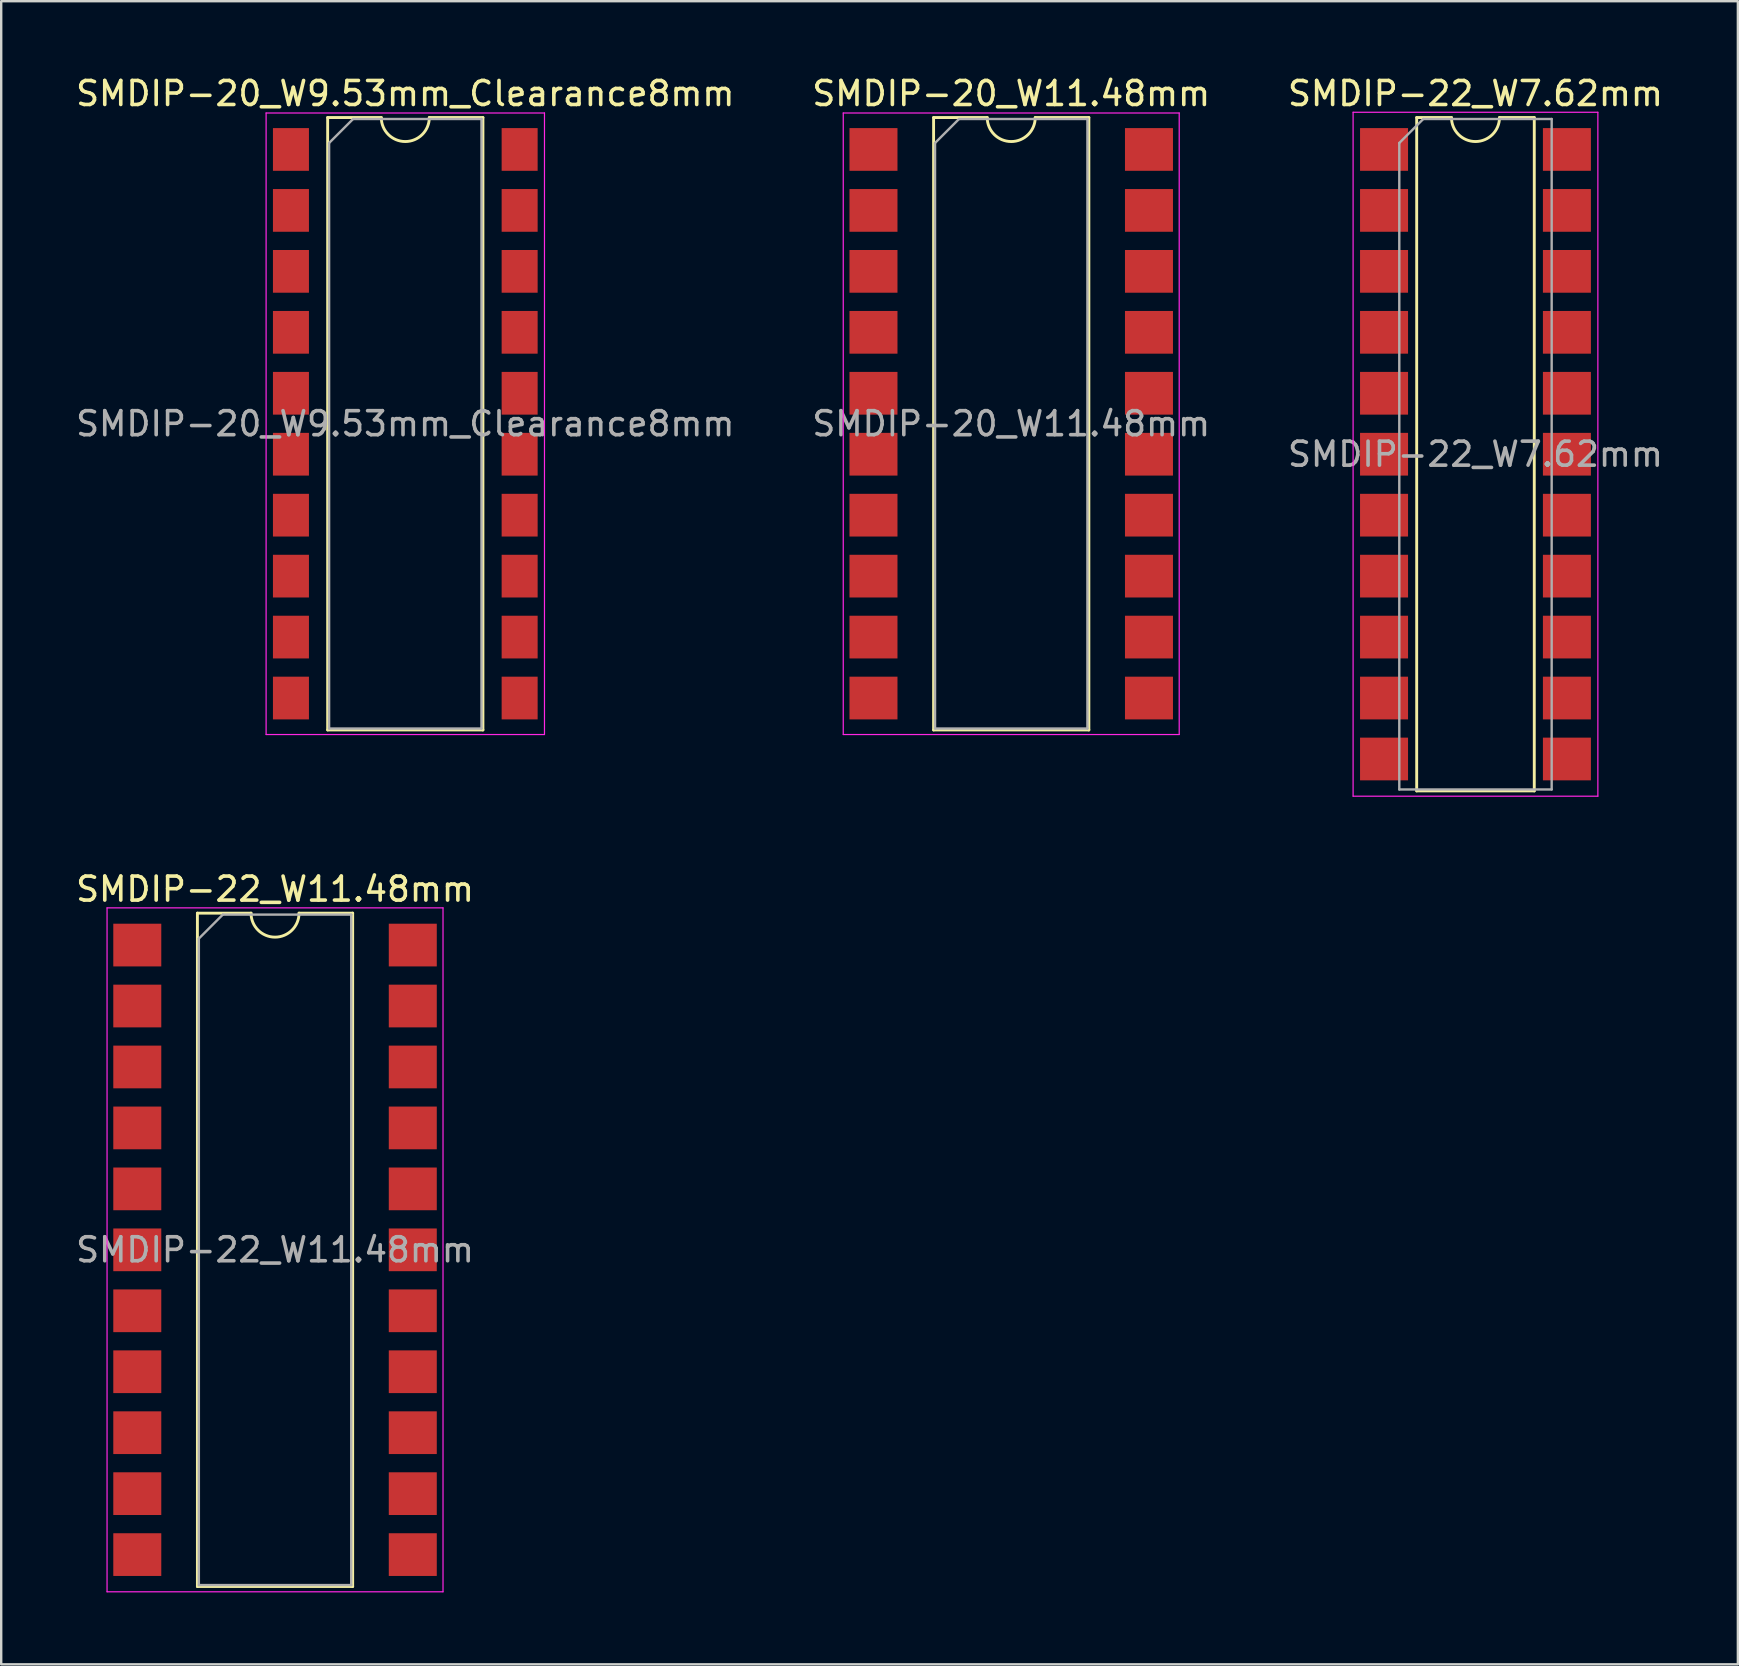
<source format=kicad_pcb>
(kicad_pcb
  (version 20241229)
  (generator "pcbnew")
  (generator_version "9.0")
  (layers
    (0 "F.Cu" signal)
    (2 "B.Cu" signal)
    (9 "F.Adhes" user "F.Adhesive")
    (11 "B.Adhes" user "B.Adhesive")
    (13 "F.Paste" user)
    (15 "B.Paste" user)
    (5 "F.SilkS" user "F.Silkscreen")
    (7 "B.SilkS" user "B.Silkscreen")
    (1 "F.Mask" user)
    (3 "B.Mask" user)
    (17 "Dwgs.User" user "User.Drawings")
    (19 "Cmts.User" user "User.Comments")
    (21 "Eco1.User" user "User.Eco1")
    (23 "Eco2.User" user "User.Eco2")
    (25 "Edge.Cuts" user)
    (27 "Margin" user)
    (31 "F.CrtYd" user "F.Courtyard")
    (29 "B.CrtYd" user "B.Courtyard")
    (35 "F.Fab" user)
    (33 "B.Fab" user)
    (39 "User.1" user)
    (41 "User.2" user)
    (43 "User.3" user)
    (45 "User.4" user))
  (footprint "SMDIP-20_W9.53mm_Clearance8mm"
    (layer "F.Cu")
    (at 13.839 14.608)
    (property "Reference" "SMDIP-20_W9.53mm_Clearance8mm" (at 0 -13.76 0) (layer "F.SilkS") (effects (font (size 1 1) (thickness 0.15))))
    (attr smd)
    (fp_line (start -3.235 -12.76) (end -3.235 12.76) (stroke (width 0.12) (type solid)) (layer "F.SilkS"))
    (fp_line (start -3.235 12.76) (end 3.235 12.76) (stroke (width 0.12) (type solid)) (layer "F.SilkS"))
    (fp_line (start -1 -12.76) (end -3.235 -12.76) (stroke (width 0.12) (type solid)) (layer "F.SilkS"))
    (fp_line (start 3.235 -12.76) (end 1 -12.76) (stroke (width 0.12) (type solid)) (layer "F.SilkS"))
    (fp_line (start 3.235 12.76) (end 3.235 -12.76) (stroke (width 0.12) (type solid)) (layer "F.SilkS"))
    (fp_arc (start 1 -12.76) (mid 0 -11.76) (end -1 -12.76) (stroke (width 0.12) (type solid)) (layer "F.SilkS"))
    (fp_line (start -5.8 -12.95) (end -5.8 12.95) (stroke (width 0.05) (type solid)) (layer "F.CrtYd"))
    (fp_line (start -5.8 12.95) (end 5.8 12.95) (stroke (width 0.05) (type solid)) (layer "F.CrtYd"))
    (fp_line (start 5.8 -12.95) (end -5.8 -12.95) (stroke (width 0.05) (type solid)) (layer "F.CrtYd"))
    (fp_line (start 5.8 12.95) (end 5.8 -12.95) (stroke (width 0.05) (type solid)) (layer "F.CrtYd"))
    (fp_line (start -3.175 -11.7) (end -2.175 -12.7) (stroke (width 0.1) (type solid)) (layer "F.Fab"))
    (fp_line (start -3.175 12.7) (end -3.175 -11.7) (stroke (width 0.1) (type solid)) (layer "F.Fab"))
    (fp_line (start -2.175 -12.7) (end 3.175 -12.7) (stroke (width 0.1) (type solid)) (layer "F.Fab"))
    (fp_line (start 3.175 -12.7) (end 3.175 12.7) (stroke (width 0.1) (type solid)) (layer "F.Fab"))
    (fp_line (start 3.175 12.7) (end -3.175 12.7) (stroke (width 0.1) (type solid)) (layer "F.Fab"))
    (fp_text user "${REFERENCE}" (at 0 0 0) (layer "F.Fab") (effects (font (size 1 1) (thickness 0.15))))
    (pad "1" smd rect (at -4.765 -11.43) (size 1.5 1.78) (layers "F.Cu" "F.Mask" "F.Paste"))
    (pad "2" smd rect (at -4.765 -8.89) (size 1.5 1.78) (layers "F.Cu" "F.Mask" "F.Paste"))
    (pad "3" smd rect (at -4.765 -6.35) (size 1.5 1.78) (layers "F.Cu" "F.Mask" "F.Paste"))
    (pad "4" smd rect (at -4.765 -3.81) (size 1.5 1.78) (layers "F.Cu" "F.Mask" "F.Paste"))
    (pad "5" smd rect (at -4.765 -1.27) (size 1.5 1.78) (layers "F.Cu" "F.Mask" "F.Paste"))
    (pad "6" smd rect (at -4.765 1.27) (size 1.5 1.78) (layers "F.Cu" "F.Mask" "F.Paste"))
    (pad "7" smd rect (at -4.765 3.81) (size 1.5 1.78) (layers "F.Cu" "F.Mask" "F.Paste"))
    (pad "8" smd rect (at -4.765 6.35) (size 1.5 1.78) (layers "F.Cu" "F.Mask" "F.Paste"))
    (pad "9" smd rect (at -4.765 8.89) (size 1.5 1.78) (layers "F.Cu" "F.Mask" "F.Paste"))
    (pad "10" smd rect (at -4.765 11.43) (size 1.5 1.78) (layers "F.Cu" "F.Mask" "F.Paste"))
    (pad "11" smd rect (at 4.765 11.43) (size 1.5 1.78) (layers "F.Cu" "F.Mask" "F.Paste"))
    (pad "12" smd rect (at 4.765 8.89) (size 1.5 1.78) (layers "F.Cu" "F.Mask" "F.Paste"))
    (pad "13" smd rect (at 4.765 6.35) (size 1.5 1.78) (layers "F.Cu" "F.Mask" "F.Paste"))
    (pad "14" smd rect (at 4.765 3.81) (size 1.5 1.78) (layers "F.Cu" "F.Mask" "F.Paste"))
    (pad "15" smd rect (at 4.765 1.27) (size 1.5 1.78) (layers "F.Cu" "F.Mask" "F.Paste"))
    (pad "16" smd rect (at 4.765 -1.27) (size 1.5 1.78) (layers "F.Cu" "F.Mask" "F.Paste"))
    (pad "17" smd rect (at 4.765 -3.81) (size 1.5 1.78) (layers "F.Cu" "F.Mask" "F.Paste"))
    (pad "18" smd rect (at 4.765 -6.35) (size 1.5 1.78) (layers "F.Cu" "F.Mask" "F.Paste"))
    (pad "19" smd rect (at 4.765 -8.89) (size 1.5 1.78) (layers "F.Cu" "F.Mask" "F.Paste"))
    (pad "20" smd rect (at 4.765 -11.43) (size 1.5 1.78) (layers "F.Cu" "F.Mask" "F.Paste")))
  (footprint "SMDIP-22_W11.48mm"
    (layer "F.Cu")
    (at 8.411 49.032)
    (property "Reference" "SMDIP-22_W11.48mm" (at 0 -15.03 0) (layer "F.SilkS") (effects (font (size 1 1) (thickness 0.15))))
    (attr smd)
    (fp_line (start -3.235 -14.03) (end -3.235 14.03) (stroke (width 0.12) (type solid)) (layer "F.SilkS"))
    (fp_line (start -3.235 14.03) (end 3.235 14.03) (stroke (width 0.12) (type solid)) (layer "F.SilkS"))
    (fp_line (start -1 -14.03) (end -3.235 -14.03) (stroke (width 0.12) (type solid)) (layer "F.SilkS"))
    (fp_line (start 3.235 -14.03) (end 1 -14.03) (stroke (width 0.12) (type solid)) (layer "F.SilkS"))
    (fp_line (start 3.235 14.03) (end 3.235 -14.03) (stroke (width 0.12) (type solid)) (layer "F.SilkS"))
    (fp_arc (start 1 -14.03) (mid 0 -13.03) (end -1 -14.03) (stroke (width 0.12) (type solid)) (layer "F.SilkS"))
    (fp_line (start -7 -14.25) (end -7 14.25) (stroke (width 0.05) (type solid)) (layer "F.CrtYd"))
    (fp_line (start -7 14.25) (end 7 14.25) (stroke (width 0.05) (type solid)) (layer "F.CrtYd"))
    (fp_line (start 7 -14.25) (end -7 -14.25) (stroke (width 0.05) (type solid)) (layer "F.CrtYd"))
    (fp_line (start 7 14.25) (end 7 -14.25) (stroke (width 0.05) (type solid)) (layer "F.CrtYd"))
    (fp_line (start -3.175 -12.97) (end -2.175 -13.97) (stroke (width 0.1) (type solid)) (layer "F.Fab"))
    (fp_line (start -3.175 13.97) (end -3.175 -12.97) (stroke (width 0.1) (type solid)) (layer "F.Fab"))
    (fp_line (start -2.175 -13.97) (end 3.175 -13.97) (stroke (width 0.1) (type solid)) (layer "F.Fab"))
    (fp_line (start 3.175 -13.97) (end 3.175 13.97) (stroke (width 0.1) (type solid)) (layer "F.Fab"))
    (fp_line (start 3.175 13.97) (end -3.175 13.97) (stroke (width 0.1) (type solid)) (layer "F.Fab"))
    (fp_text user "${REFERENCE}" (at 0 0 0) (layer "F.Fab") (effects (font (size 1 1) (thickness 0.15))))
    (pad "1" smd rect (at -5.74 -12.7) (size 2 1.78) (layers "F.Cu" "F.Mask" "F.Paste"))
    (pad "2" smd rect (at -5.74 -10.16) (size 2 1.78) (layers "F.Cu" "F.Mask" "F.Paste"))
    (pad "3" smd rect (at -5.74 -7.62) (size 2 1.78) (layers "F.Cu" "F.Mask" "F.Paste"))
    (pad "4" smd rect (at -5.74 -5.08) (size 2 1.78) (layers "F.Cu" "F.Mask" "F.Paste"))
    (pad "5" smd rect (at -5.74 -2.54) (size 2 1.78) (layers "F.Cu" "F.Mask" "F.Paste"))
    (pad "6" smd rect (at -5.74 0) (size 2 1.78) (layers "F.Cu" "F.Mask" "F.Paste"))
    (pad "7" smd rect (at -5.74 2.54) (size 2 1.78) (layers "F.Cu" "F.Mask" "F.Paste"))
    (pad "8" smd rect (at -5.74 5.08) (size 2 1.78) (layers "F.Cu" "F.Mask" "F.Paste"))
    (pad "9" smd rect (at -5.74 7.62) (size 2 1.78) (layers "F.Cu" "F.Mask" "F.Paste"))
    (pad "10" smd rect (at -5.74 10.16) (size 2 1.78) (layers "F.Cu" "F.Mask" "F.Paste"))
    (pad "11" smd rect (at -5.74 12.7) (size 2 1.78) (layers "F.Cu" "F.Mask" "F.Paste"))
    (pad "12" smd rect (at 5.74 12.7) (size 2 1.78) (layers "F.Cu" "F.Mask" "F.Paste"))
    (pad "13" smd rect (at 5.74 10.16) (size 2 1.78) (layers "F.Cu" "F.Mask" "F.Paste"))
    (pad "14" smd rect (at 5.74 7.62) (size 2 1.78) (layers "F.Cu" "F.Mask" "F.Paste"))
    (pad "15" smd rect (at 5.74 5.08) (size 2 1.78) (layers "F.Cu" "F.Mask" "F.Paste"))
    (pad "16" smd rect (at 5.74 2.54) (size 2 1.78) (layers "F.Cu" "F.Mask" "F.Paste"))
    (pad "17" smd rect (at 5.74 0) (size 2 1.78) (layers "F.Cu" "F.Mask" "F.Paste"))
    (pad "18" smd rect (at 5.74 -2.54) (size 2 1.78) (layers "F.Cu" "F.Mask" "F.Paste"))
    (pad "19" smd rect (at 5.74 -5.08) (size 2 1.78) (layers "F.Cu" "F.Mask" "F.Paste"))
    (pad "20" smd rect (at 5.74 -7.62) (size 2 1.78) (layers "F.Cu" "F.Mask" "F.Paste"))
    (pad "21" smd rect (at 5.74 -10.16) (size 2 1.78) (layers "F.Cu" "F.Mask" "F.Paste"))
    (pad "22" smd rect (at 5.74 -12.7) (size 2 1.78) (layers "F.Cu" "F.Mask" "F.Paste")))
  (footprint "SMDIP-22_W7.62mm"
    (layer "F.Cu")
    (at 58.435 15.878)
    (property "Reference" "SMDIP-22_W7.62mm" (at 0 -15.03 0) (layer "F.SilkS") (effects (font (size 1 1) (thickness 0.15))))
    (attr smd)
    (fp_line (start -2.45 -14.03) (end -2.45 14.03) (stroke (width 0.12) (type solid)) (layer "F.SilkS"))
    (fp_line (start -2.45 14.03) (end 2.45 14.03) (stroke (width 0.12) (type solid)) (layer "F.SilkS"))
    (fp_line (start -1 -14.03) (end -2.45 -14.03) (stroke (width 0.12) (type solid)) (layer "F.SilkS"))
    (fp_line (start 2.45 -14.03) (end 1 -14.03) (stroke (width 0.12) (type solid)) (layer "F.SilkS"))
    (fp_line (start 2.45 14.03) (end 2.45 -14.03) (stroke (width 0.12) (type solid)) (layer "F.SilkS"))
    (fp_arc (start 1 -14.03) (mid 0 -13.03) (end -1 -14.03) (stroke (width 0.12) (type solid)) (layer "F.SilkS"))
    (fp_line (start -5.1 -14.25) (end -5.1 14.25) (stroke (width 0.05) (type solid)) (layer "F.CrtYd"))
    (fp_line (start -5.1 14.25) (end 5.1 14.25) (stroke (width 0.05) (type solid)) (layer "F.CrtYd"))
    (fp_line (start 5.1 -14.25) (end -5.1 -14.25) (stroke (width 0.05) (type solid)) (layer "F.CrtYd"))
    (fp_line (start 5.1 14.25) (end 5.1 -14.25) (stroke (width 0.05) (type solid)) (layer "F.CrtYd"))
    (fp_line (start -3.175 -12.97) (end -2.175 -13.97) (stroke (width 0.1) (type solid)) (layer "F.Fab"))
    (fp_line (start -3.175 13.97) (end -3.175 -12.97) (stroke (width 0.1) (type solid)) (layer "F.Fab"))
    (fp_line (start -2.175 -13.97) (end 3.175 -13.97) (stroke (width 0.1) (type solid)) (layer "F.Fab"))
    (fp_line (start 3.175 -13.97) (end 3.175 13.97) (stroke (width 0.1) (type solid)) (layer "F.Fab"))
    (fp_line (start 3.175 13.97) (end -3.175 13.97) (stroke (width 0.1) (type solid)) (layer "F.Fab"))
    (fp_text user "${REFERENCE}" (at 0 0 0) (layer "F.Fab") (effects (font (size 1 1) (thickness 0.15))))
    (pad "1" smd rect (at -3.81 -12.7) (size 2 1.78) (layers "F.Cu" "F.Mask" "F.Paste"))
    (pad "2" smd rect (at -3.81 -10.16) (size 2 1.78) (layers "F.Cu" "F.Mask" "F.Paste"))
    (pad "3" smd rect (at -3.81 -7.62) (size 2 1.78) (layers "F.Cu" "F.Mask" "F.Paste"))
    (pad "4" smd rect (at -3.81 -5.08) (size 2 1.78) (layers "F.Cu" "F.Mask" "F.Paste"))
    (pad "5" smd rect (at -3.81 -2.54) (size 2 1.78) (layers "F.Cu" "F.Mask" "F.Paste"))
    (pad "6" smd rect (at -3.81 0) (size 2 1.78) (layers "F.Cu" "F.Mask" "F.Paste"))
    (pad "7" smd rect (at -3.81 2.54) (size 2 1.78) (layers "F.Cu" "F.Mask" "F.Paste"))
    (pad "8" smd rect (at -3.81 5.08) (size 2 1.78) (layers "F.Cu" "F.Mask" "F.Paste"))
    (pad "9" smd rect (at -3.81 7.62) (size 2 1.78) (layers "F.Cu" "F.Mask" "F.Paste"))
    (pad "10" smd rect (at -3.81 10.16) (size 2 1.78) (layers "F.Cu" "F.Mask" "F.Paste"))
    (pad "11" smd rect (at -3.81 12.7) (size 2 1.78) (layers "F.Cu" "F.Mask" "F.Paste"))
    (pad "12" smd rect (at 3.81 12.7) (size 2 1.78) (layers "F.Cu" "F.Mask" "F.Paste"))
    (pad "13" smd rect (at 3.81 10.16) (size 2 1.78) (layers "F.Cu" "F.Mask" "F.Paste"))
    (pad "14" smd rect (at 3.81 7.62) (size 2 1.78) (layers "F.Cu" "F.Mask" "F.Paste"))
    (pad "15" smd rect (at 3.81 5.08) (size 2 1.78) (layers "F.Cu" "F.Mask" "F.Paste"))
    (pad "16" smd rect (at 3.81 2.54) (size 2 1.78) (layers "F.Cu" "F.Mask" "F.Paste"))
    (pad "17" smd rect (at 3.81 0) (size 2 1.78) (layers "F.Cu" "F.Mask" "F.Paste"))
    (pad "18" smd rect (at 3.81 -2.54) (size 2 1.78) (layers "F.Cu" "F.Mask" "F.Paste"))
    (pad "19" smd rect (at 3.81 -5.08) (size 2 1.78) (layers "F.Cu" "F.Mask" "F.Paste"))
    (pad "20" smd rect (at 3.81 -7.62) (size 2 1.78) (layers "F.Cu" "F.Mask" "F.Paste"))
    (pad "21" smd rect (at 3.81 -10.16) (size 2 1.78) (layers "F.Cu" "F.Mask" "F.Paste"))
    (pad "22" smd rect (at 3.81 -12.7) (size 2 1.78) (layers "F.Cu" "F.Mask" "F.Paste")))
  (footprint "SMDIP-20_W11.48mm"
    (layer "F.Cu")
    (at 39.089 14.608)
    (property "Reference" "SMDIP-20_W11.48mm" (at 0 -13.76 0) (layer "F.SilkS") (effects (font (size 1 1) (thickness 0.15))))
    (attr smd)
    (fp_line (start -3.235 -12.76) (end -3.235 12.76) (stroke (width 0.12) (type solid)) (layer "F.SilkS"))
    (fp_line (start -3.235 12.76) (end 3.235 12.76) (stroke (width 0.12) (type solid)) (layer "F.SilkS"))
    (fp_line (start -1 -12.76) (end -3.235 -12.76) (stroke (width 0.12) (type solid)) (layer "F.SilkS"))
    (fp_line (start 3.235 -12.76) (end 1 -12.76) (stroke (width 0.12) (type solid)) (layer "F.SilkS"))
    (fp_line (start 3.235 12.76) (end 3.235 -12.76) (stroke (width 0.12) (type solid)) (layer "F.SilkS"))
    (fp_arc (start 1 -12.76) (mid 0 -11.76) (end -1 -12.76) (stroke (width 0.12) (type solid)) (layer "F.SilkS"))
    (fp_line (start -7 -12.95) (end -7 12.95) (stroke (width 0.05) (type solid)) (layer "F.CrtYd"))
    (fp_line (start -7 12.95) (end 7 12.95) (stroke (width 0.05) (type solid)) (layer "F.CrtYd"))
    (fp_line (start 7 -12.95) (end -7 -12.95) (stroke (width 0.05) (type solid)) (layer "F.CrtYd"))
    (fp_line (start 7 12.95) (end 7 -12.95) (stroke (width 0.05) (type solid)) (layer "F.CrtYd"))
    (fp_line (start -3.175 -11.7) (end -2.175 -12.7) (stroke (width 0.1) (type solid)) (layer "F.Fab"))
    (fp_line (start -3.175 12.7) (end -3.175 -11.7) (stroke (width 0.1) (type solid)) (layer "F.Fab"))
    (fp_line (start -2.175 -12.7) (end 3.175 -12.7) (stroke (width 0.1) (type solid)) (layer "F.Fab"))
    (fp_line (start 3.175 -12.7) (end 3.175 12.7) (stroke (width 0.1) (type solid)) (layer "F.Fab"))
    (fp_line (start 3.175 12.7) (end -3.175 12.7) (stroke (width 0.1) (type solid)) (layer "F.Fab"))
    (fp_text user "${REFERENCE}" (at 0 0 0) (layer "F.Fab") (effects (font (size 1 1) (thickness 0.15))))
    (pad "1" smd rect (at -5.74 -11.43) (size 2 1.78) (layers "F.Cu" "F.Mask" "F.Paste"))
    (pad "2" smd rect (at -5.74 -8.89) (size 2 1.78) (layers "F.Cu" "F.Mask" "F.Paste"))
    (pad "3" smd rect (at -5.74 -6.35) (size 2 1.78) (layers "F.Cu" "F.Mask" "F.Paste"))
    (pad "4" smd rect (at -5.74 -3.81) (size 2 1.78) (layers "F.Cu" "F.Mask" "F.Paste"))
    (pad "5" smd rect (at -5.74 -1.27) (size 2 1.78) (layers "F.Cu" "F.Mask" "F.Paste"))
    (pad "6" smd rect (at -5.74 1.27) (size 2 1.78) (layers "F.Cu" "F.Mask" "F.Paste"))
    (pad "7" smd rect (at -5.74 3.81) (size 2 1.78) (layers "F.Cu" "F.Mask" "F.Paste"))
    (pad "8" smd rect (at -5.74 6.35) (size 2 1.78) (layers "F.Cu" "F.Mask" "F.Paste"))
    (pad "9" smd rect (at -5.74 8.89) (size 2 1.78) (layers "F.Cu" "F.Mask" "F.Paste"))
    (pad "10" smd rect (at -5.74 11.43) (size 2 1.78) (layers "F.Cu" "F.Mask" "F.Paste"))
    (pad "11" smd rect (at 5.74 11.43) (size 2 1.78) (layers "F.Cu" "F.Mask" "F.Paste"))
    (pad "12" smd rect (at 5.74 8.89) (size 2 1.78) (layers "F.Cu" "F.Mask" "F.Paste"))
    (pad "13" smd rect (at 5.74 6.35) (size 2 1.78) (layers "F.Cu" "F.Mask" "F.Paste"))
    (pad "14" smd rect (at 5.74 3.81) (size 2 1.78) (layers "F.Cu" "F.Mask" "F.Paste"))
    (pad "15" smd rect (at 5.74 1.27) (size 2 1.78) (layers "F.Cu" "F.Mask" "F.Paste"))
    (pad "16" smd rect (at 5.74 -1.27) (size 2 1.78) (layers "F.Cu" "F.Mask" "F.Paste"))
    (pad "17" smd rect (at 5.74 -3.81) (size 2 1.78) (layers "F.Cu" "F.Mask" "F.Paste"))
    (pad "18" smd rect (at 5.74 -6.35) (size 2 1.78) (layers "F.Cu" "F.Mask" "F.Paste"))
    (pad "19" smd rect (at 5.74 -8.89) (size 2 1.78) (layers "F.Cu" "F.Mask" "F.Paste"))
    (pad "20" smd rect (at 5.74 -11.43) (size 2 1.78) (layers "F.Cu" "F.Mask" "F.Paste")))
  (gr_rect
    (start -3 -3)
    (end 69.369 66.306)
    (stroke (width 0.1) (type default))
    (fill no)
    (layer "Edge.Cuts")))
</source>
